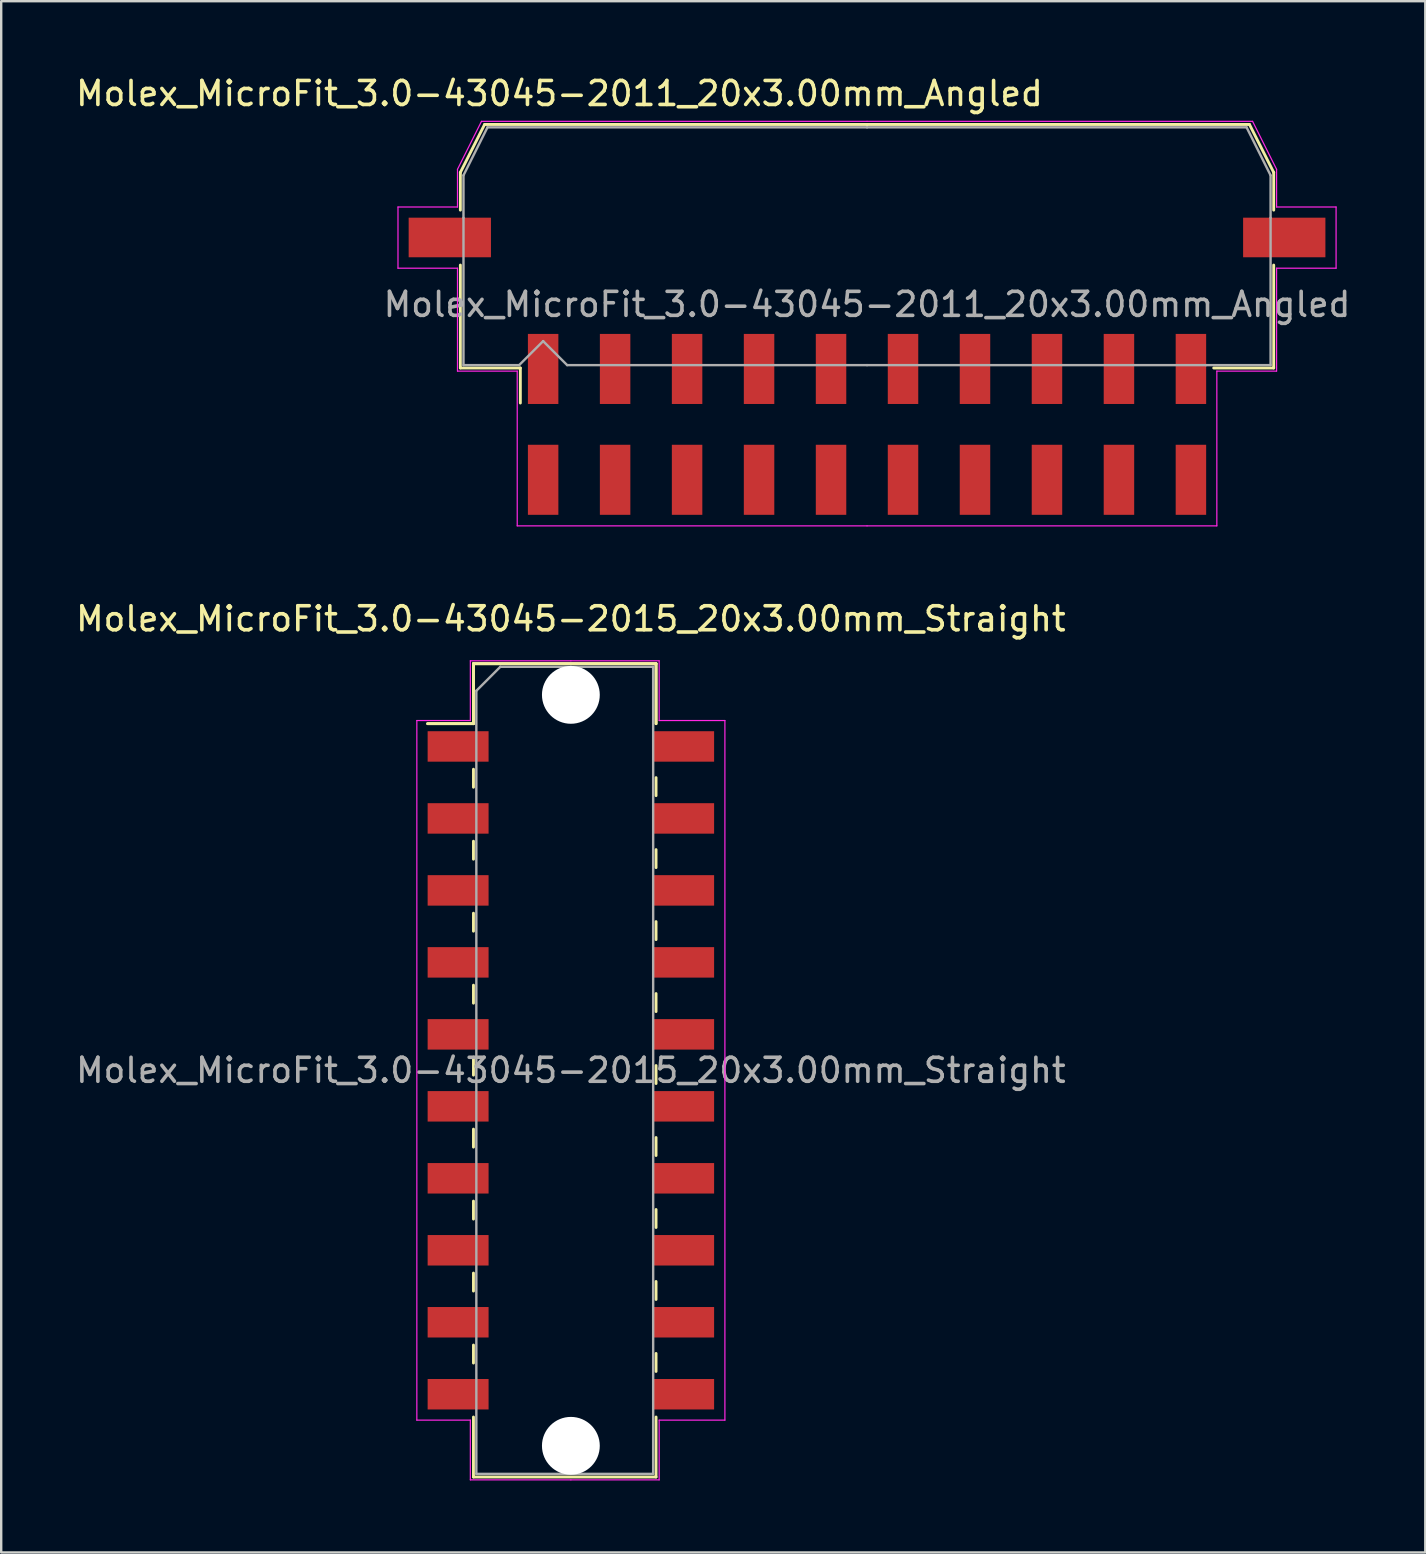
<source format=kicad_pcb>
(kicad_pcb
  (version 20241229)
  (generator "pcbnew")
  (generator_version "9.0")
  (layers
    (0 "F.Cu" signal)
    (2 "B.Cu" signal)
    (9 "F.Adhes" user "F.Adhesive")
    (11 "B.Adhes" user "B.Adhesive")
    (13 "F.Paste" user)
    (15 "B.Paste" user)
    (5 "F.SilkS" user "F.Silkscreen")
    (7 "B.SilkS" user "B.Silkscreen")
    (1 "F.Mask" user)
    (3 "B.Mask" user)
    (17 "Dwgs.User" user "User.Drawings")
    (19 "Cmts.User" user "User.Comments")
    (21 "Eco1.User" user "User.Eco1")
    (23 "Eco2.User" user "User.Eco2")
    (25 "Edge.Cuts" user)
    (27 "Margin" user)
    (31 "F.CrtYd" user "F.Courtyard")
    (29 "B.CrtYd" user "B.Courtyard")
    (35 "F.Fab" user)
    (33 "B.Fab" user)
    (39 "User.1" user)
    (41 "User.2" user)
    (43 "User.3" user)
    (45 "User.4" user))
  (footprint "Molex_MicroFit_3.0-43045-2011_20x3.00mm_Angled"
    (layer "F.Cu")
    (at 33.088 14.638)
    (property "Reference" "Molex_MicroFit_3.0-43045-2011_20x3.00mm_Angled" (at -12.82 -13.79 0) (layer "F.SilkS") (effects (font (size 1 1) (thickness 0.15))))
    (attr smd)
    (fp_line (start -16.95 -10.5) (end -16.95 -8.93) (stroke (width 0.12) (type solid)) (layer "F.SilkS"))
    (fp_line (start -16.95 -6.64) (end -16.95 -2.35) (stroke (width 0.12) (type solid)) (layer "F.SilkS"))
    (fp_line (start -16.95 -2.35) (end -14.45 -2.35) (stroke (width 0.12) (type solid)) (layer "F.SilkS"))
    (fp_line (start -15.94 -12.5) (end -16.95 -10.5) (stroke (width 0.12) (type solid)) (layer "F.SilkS"))
    (fp_line (start -14.45 -2.35) (end -14.45 -0.89) (stroke (width 0.12) (type solid)) (layer "F.SilkS"))
    (fp_line (start 0 -12.5) (end -15.94 -12.5) (stroke (width 0.12) (type solid)) (layer "F.SilkS"))
    (fp_line (start 0 -12.5) (end 15.94 -12.5) (stroke (width 0.12) (type solid)) (layer "F.SilkS"))
    (fp_line (start 15.94 -12.5) (end 16.95 -10.5) (stroke (width 0.12) (type solid)) (layer "F.SilkS"))
    (fp_line (start 16.95 -10.5) (end 16.95 -8.93) (stroke (width 0.12) (type solid)) (layer "F.SilkS"))
    (fp_line (start 16.95 -6.64) (end 16.95 -2.35) (stroke (width 0.12) (type solid)) (layer "F.SilkS"))
    (fp_line (start 16.95 -2.35) (end 14.45 -2.35) (stroke (width 0.12) (type solid)) (layer "F.SilkS"))
    (fp_line (start -19.55 -9.06) (end -19.55 -6.51) (stroke (width 0.05) (type solid)) (layer "F.CrtYd"))
    (fp_line (start -19.55 -6.51) (end -17.07 -6.51) (stroke (width 0.05) (type solid)) (layer "F.CrtYd"))
    (fp_line (start -17.07 -10.63) (end -17.07 -9.06) (stroke (width 0.05) (type solid)) (layer "F.CrtYd"))
    (fp_line (start -17.07 -9.06) (end -19.55 -9.06) (stroke (width 0.05) (type solid)) (layer "F.CrtYd"))
    (fp_line (start -17.07 -6.51) (end -17.07 -2.22) (stroke (width 0.05) (type solid)) (layer "F.CrtYd"))
    (fp_line (start -17.07 -2.22) (end -14.58 -2.22) (stroke (width 0.05) (type solid)) (layer "F.CrtYd"))
    (fp_line (start -16.07 -12.63) (end -17.07 -10.63) (stroke (width 0.05) (type solid)) (layer "F.CrtYd"))
    (fp_line (start -14.58 -2.22) (end -14.58 4.23) (stroke (width 0.05) (type solid)) (layer "F.CrtYd"))
    (fp_line (start -14.58 4.23) (end 0 4.23) (stroke (width 0.05) (type solid)) (layer "F.CrtYd"))
    (fp_line (start 0 -12.63) (end -16.07 -12.63) (stroke (width 0.05) (type solid)) (layer "F.CrtYd"))
    (fp_line (start 0 -12.63) (end 16.07 -12.63) (stroke (width 0.05) (type solid)) (layer "F.CrtYd"))
    (fp_line (start 14.58 -2.22) (end 14.58 4.23) (stroke (width 0.05) (type solid)) (layer "F.CrtYd"))
    (fp_line (start 14.58 4.23) (end 0 4.23) (stroke (width 0.05) (type solid)) (layer "F.CrtYd"))
    (fp_line (start 16.07 -12.63) (end 17.07 -10.63) (stroke (width 0.05) (type solid)) (layer "F.CrtYd"))
    (fp_line (start 17.07 -10.63) (end 17.07 -9.06) (stroke (width 0.05) (type solid)) (layer "F.CrtYd"))
    (fp_line (start 17.07 -9.06) (end 19.55 -9.06) (stroke (width 0.05) (type solid)) (layer "F.CrtYd"))
    (fp_line (start 17.07 -6.51) (end 17.07 -2.22) (stroke (width 0.05) (type solid)) (layer "F.CrtYd"))
    (fp_line (start 17.07 -2.22) (end 14.58 -2.22) (stroke (width 0.05) (type solid)) (layer "F.CrtYd"))
    (fp_line (start 19.55 -9.06) (end 19.55 -6.51) (stroke (width 0.05) (type solid)) (layer "F.CrtYd"))
    (fp_line (start 19.55 -6.51) (end 17.07 -6.51) (stroke (width 0.05) (type solid)) (layer "F.CrtYd"))
    (fp_line (start -16.82 -10.38) (end -16.82 -8.61) (stroke (width 0.1) (type solid)) (layer "F.Fab"))
    (fp_line (start -16.82 -8.61) (end -16.82 -2.47) (stroke (width 0.1) (type solid)) (layer "F.Fab"))
    (fp_line (start -16.82 -2.47) (end -14.5 -2.47) (stroke (width 0.1) (type solid)) (layer "F.Fab"))
    (fp_line (start -15.82 -12.38) (end -16.82 -10.38) (stroke (width 0.1) (type solid)) (layer "F.Fab"))
    (fp_line (start -14.5 -2.47) (end -13.5 -3.47) (stroke (width 0.1) (type solid)) (layer "F.Fab"))
    (fp_line (start -13.5 -3.47) (end -12.5 -2.47) (stroke (width 0.1) (type solid)) (layer "F.Fab"))
    (fp_line (start -12.5 -2.47) (end 0 -2.47) (stroke (width 0.1) (type solid)) (layer "F.Fab"))
    (fp_line (start 0 -12.38) (end -15.82 -12.38) (stroke (width 0.1) (type solid)) (layer "F.Fab"))
    (fp_line (start 0 -12.38) (end 15.82 -12.38) (stroke (width 0.1) (type solid)) (layer "F.Fab"))
    (fp_line (start 14.13 -2.47) (end 0 -2.47) (stroke (width 0.1) (type solid)) (layer "F.Fab"))
    (fp_line (start 15.82 -12.38) (end 16.82 -10.38) (stroke (width 0.1) (type solid)) (layer "F.Fab"))
    (fp_line (start 16.82 -10.38) (end 16.82 -8.61) (stroke (width 0.1) (type solid)) (layer "F.Fab"))
    (fp_line (start 16.82 -8.61) (end 16.82 -2.47) (stroke (width 0.1) (type solid)) (layer "F.Fab"))
    (fp_line (start 16.82 -2.47) (end 14.13 -2.47) (stroke (width 0.1) (type solid)) (layer "F.Fab"))
    (fp_text user "${REFERENCE}" (at 0 -5 0) (layer "F.Fab") (effects (font (size 1 1) (thickness 0.15))))
    (pad "" smd rect (at -17.39 -7.79) (size 3.43 1.65) (layers "F.Cu" "F.Mask" "F.Paste"))
    (pad "" smd rect (at 17.39 -7.79) (size 3.43 1.65) (layers "F.Cu" "F.Mask" "F.Paste"))
    (pad "1" smd rect (at -13.5 -2.31) (size 1.27 2.92) (layers "F.Cu" "F.Mask" "F.Paste"))
    (pad "2" smd rect (at -10.5 -2.31) (size 1.27 2.92) (layers "F.Cu" "F.Mask" "F.Paste"))
    (pad "3" smd rect (at -7.5 -2.31) (size 1.27 2.92) (layers "F.Cu" "F.Mask" "F.Paste"))
    (pad "4" smd rect (at -4.5 -2.31) (size 1.27 2.92) (layers "F.Cu" "F.Mask" "F.Paste"))
    (pad "5" smd rect (at -1.5 -2.31) (size 1.27 2.92) (layers "F.Cu" "F.Mask" "F.Paste"))
    (pad "6" smd rect (at 1.5 -2.31) (size 1.27 2.92) (layers "F.Cu" "F.Mask" "F.Paste"))
    (pad "7" smd rect (at 4.5 -2.31) (size 1.27 2.92) (layers "F.Cu" "F.Mask" "F.Paste"))
    (pad "8" smd rect (at 7.5 -2.31) (size 1.27 2.92) (layers "F.Cu" "F.Mask" "F.Paste"))
    (pad "9" smd rect (at 10.5 -2.31) (size 1.27 2.92) (layers "F.Cu" "F.Mask" "F.Paste"))
    (pad "10" smd rect (at 13.5 -2.31) (size 1.27 2.92) (layers "F.Cu" "F.Mask" "F.Paste"))
    (pad "11" smd rect (at 13.5 2.31) (size 1.27 2.92) (layers "F.Cu" "F.Mask" "F.Paste"))
    (pad "12" smd rect (at 10.5 2.31) (size 1.27 2.92) (layers "F.Cu" "F.Mask" "F.Paste"))
    (pad "13" smd rect (at 7.5 2.31) (size 1.27 2.92) (layers "F.Cu" "F.Mask" "F.Paste"))
    (pad "14" smd rect (at 4.5 2.31) (size 1.27 2.92) (layers "F.Cu" "F.Mask" "F.Paste"))
    (pad "15" smd rect (at 1.5 2.31) (size 1.27 2.92) (layers "F.Cu" "F.Mask" "F.Paste"))
    (pad "16" smd rect (at -1.5 2.31) (size 1.27 2.92) (layers "F.Cu" "F.Mask" "F.Paste"))
    (pad "17" smd rect (at -4.5 2.31) (size 1.27 2.92) (layers "F.Cu" "F.Mask" "F.Paste"))
    (pad "18" smd rect (at -7.5 2.31) (size 1.27 2.92) (layers "F.Cu" "F.Mask" "F.Paste"))
    (pad "19" smd rect (at -10.5 2.31) (size 1.27 2.92) (layers "F.Cu" "F.Mask" "F.Paste"))
    (pad "20" smd rect (at -13.5 2.31) (size 1.27 2.92) (layers "F.Cu" "F.Mask" "F.Paste")))
  (footprint "Molex_MicroFit_3.0-43045-2015_20x3.00mm_Straight"
    (layer "F.Cu")
    (at 20.744 41.562)
    (property "Reference" "Molex_MicroFit_3.0-43045-2015_20x3.00mm_Straight" (at 0 -18.82 0) (layer "F.SilkS") (effects (font (size 1 1) (thickness 0.15))))
    (attr smd)
    (fp_line (start -5.97 -14.45) (end -4.06 -14.45) (stroke (width 0.12) (type solid)) (layer "F.SilkS"))
    (fp_line (start -5.97 -14.45) (end -4.06 -14.45) (stroke (width 0.12) (type solid)) (layer "F.SilkS"))
    (fp_line (start -4.06 -16.95) (end 3.55 -16.95) (stroke (width 0.12) (type solid)) (layer "F.SilkS"))
    (fp_line (start -4.06 -16.95) (end 3.55 -16.95) (stroke (width 0.12) (type solid)) (layer "F.SilkS"))
    (fp_line (start -4.06 -14.45) (end -4.06 -16.95) (stroke (width 0.12) (type solid)) (layer "F.SilkS"))
    (fp_line (start -4.06 -14.45) (end -4.06 -16.95) (stroke (width 0.12) (type solid)) (layer "F.SilkS"))
    (fp_line (start -4.06 -12.55) (end -4.06 -11.8) (stroke (width 0.12) (type solid)) (layer "F.SilkS"))
    (fp_line (start -4.06 -9.55) (end -4.06 -8.8) (stroke (width 0.12) (type solid)) (layer "F.SilkS"))
    (fp_line (start -4.06 -6.55) (end -4.06 -5.8) (stroke (width 0.12) (type solid)) (layer "F.SilkS"))
    (fp_line (start -4.06 -3.55) (end -4.06 -2.8) (stroke (width 0.12) (type solid)) (layer "F.SilkS"))
    (fp_line (start -4.06 -0.55) (end -4.06 0.2) (stroke (width 0.12) (type solid)) (layer "F.SilkS"))
    (fp_line (start -4.06 2.45) (end -4.06 3.2) (stroke (width 0.12) (type solid)) (layer "F.SilkS"))
    (fp_line (start -4.06 5.45) (end -4.06 6.2) (stroke (width 0.12) (type solid)) (layer "F.SilkS"))
    (fp_line (start -4.06 8.45) (end -4.06 9.2) (stroke (width 0.12) (type solid)) (layer "F.SilkS"))
    (fp_line (start -4.06 11.45) (end -4.06 12.2) (stroke (width 0.12) (type solid)) (layer "F.SilkS"))
    (fp_line (start -4.06 16.95) (end -4.06 14.45) (stroke (width 0.12) (type solid)) (layer "F.SilkS"))
    (fp_line (start 3.55 -16.95) (end 3.55 -14.45) (stroke (width 0.12) (type solid)) (layer "F.SilkS"))
    (fp_line (start 3.55 -16.95) (end 3.55 -14.45) (stroke (width 0.12) (type solid)) (layer "F.SilkS"))
    (fp_line (start 3.55 -11.45) (end 3.55 -12.2) (stroke (width 0.12) (type solid)) (layer "F.SilkS"))
    (fp_line (start 3.55 -8.45) (end 3.55 -9.2) (stroke (width 0.12) (type solid)) (layer "F.SilkS"))
    (fp_line (start 3.55 -5.45) (end 3.55 -6.2) (stroke (width 0.12) (type solid)) (layer "F.SilkS"))
    (fp_line (start 3.55 -2.45) (end 3.55 -3.2) (stroke (width 0.12) (type solid)) (layer "F.SilkS"))
    (fp_line (start 3.55 0.55) (end 3.55 -0.2) (stroke (width 0.12) (type solid)) (layer "F.SilkS"))
    (fp_line (start 3.55 3.55) (end 3.55 2.8) (stroke (width 0.12) (type solid)) (layer "F.SilkS"))
    (fp_line (start 3.55 6.55) (end 3.55 5.8) (stroke (width 0.12) (type solid)) (layer "F.SilkS"))
    (fp_line (start 3.55 9.55) (end 3.55 8.8) (stroke (width 0.12) (type solid)) (layer "F.SilkS"))
    (fp_line (start 3.55 12.55) (end 3.55 11.8) (stroke (width 0.12) (type solid)) (layer "F.SilkS"))
    (fp_line (start 3.55 14.45) (end 3.55 16.95) (stroke (width 0.12) (type solid)) (layer "F.SilkS"))
    (fp_line (start 3.55 16.95) (end -4.06 16.95) (stroke (width 0.12) (type solid)) (layer "F.SilkS"))
    (fp_line (start -6.42 -14.58) (end -4.19 -14.58) (stroke (width 0.05) (type solid)) (layer "F.CrtYd"))
    (fp_line (start -6.42 14.58) (end -6.42 -14.58) (stroke (width 0.05) (type solid)) (layer "F.CrtYd"))
    (fp_line (start -4.19 -17.07) (end 0 -17.07) (stroke (width 0.05) (type solid)) (layer "F.CrtYd"))
    (fp_line (start -4.19 -14.58) (end -4.19 -17.07) (stroke (width 0.05) (type solid)) (layer "F.CrtYd"))
    (fp_line (start -4.19 14.58) (end -6.42 14.58) (stroke (width 0.05) (type solid)) (layer "F.CrtYd"))
    (fp_line (start -4.19 17.07) (end -4.19 14.58) (stroke (width 0.05) (type solid)) (layer "F.CrtYd"))
    (fp_line (start 0 -17.07) (end 3.68 -17.07) (stroke (width 0.05) (type solid)) (layer "F.CrtYd"))
    (fp_line (start 0 17.07) (end -4.19 17.07) (stroke (width 0.05) (type solid)) (layer "F.CrtYd"))
    (fp_line (start 3.68 -17.07) (end 3.68 -14.58) (stroke (width 0.05) (type solid)) (layer "F.CrtYd"))
    (fp_line (start 3.68 -14.58) (end 6.42 -14.58) (stroke (width 0.05) (type solid)) (layer "F.CrtYd"))
    (fp_line (start 3.68 14.58) (end 3.68 17.07) (stroke (width 0.05) (type solid)) (layer "F.CrtYd"))
    (fp_line (start 3.68 17.07) (end 0 17.07) (stroke (width 0.05) (type solid)) (layer "F.CrtYd"))
    (fp_line (start 6.42 -14.58) (end 6.42 14.58) (stroke (width 0.05) (type solid)) (layer "F.CrtYd"))
    (fp_line (start 6.42 14.58) (end 3.68 14.58) (stroke (width 0.05) (type solid)) (layer "F.CrtYd"))
    (fp_line (start -3.94 -15.82) (end -2.94 -16.82) (stroke (width 0.1) (type solid)) (layer "F.Fab"))
    (fp_line (start -3.94 16.82) (end -3.94 -15.82) (stroke (width 0.1) (type solid)) (layer "F.Fab"))
    (fp_line (start -2.94 -16.82) (end 0 -16.82) (stroke (width 0.1) (type solid)) (layer "F.Fab"))
    (fp_line (start 0 -16.82) (end 3.43 -16.82) (stroke (width 0.1) (type solid)) (layer "F.Fab"))
    (fp_line (start 0 16.82) (end -3.94 16.82) (stroke (width 0.1) (type solid)) (layer "F.Fab"))
    (fp_line (start 3.43 -16.82) (end 3.43 16.82) (stroke (width 0.1) (type solid)) (layer "F.Fab"))
    (fp_line (start 3.43 16.82) (end 0 16.82) (stroke (width 0.1) (type solid)) (layer "F.Fab"))
    (fp_text user "${REFERENCE}" (at 0 0 0) (layer "F.Fab") (effects (font (size 1 1) (thickness 0.15))))
    (pad "" np_thru_hole circle (at 0 -15.65) (size 2.41 2.41) (drill 2.41) (layers "*.Cu"))
    (pad "" np_thru_hole circle (at 0 15.65) (size 2.41 2.41) (drill 2.41) (layers "*.Cu"))
    (pad "1" smd rect (at -4.7 -13.5) (size 2.54 1.27) (layers "F.Cu" "F.Mask" "F.Paste"))
    (pad "2" smd rect (at -4.7 -10.5) (size 2.54 1.27) (layers "F.Cu" "F.Mask" "F.Paste"))
    (pad "3" smd rect (at -4.7 -7.5) (size 2.54 1.27) (layers "F.Cu" "F.Mask" "F.Paste"))
    (pad "4" smd rect (at -4.7 -4.5) (size 2.54 1.27) (layers "F.Cu" "F.Mask" "F.Paste"))
    (pad "5" smd rect (at -4.7 -1.5) (size 2.54 1.27) (layers "F.Cu" "F.Mask" "F.Paste"))
    (pad "6" smd rect (at -4.7 1.5) (size 2.54 1.27) (layers "F.Cu" "F.Mask" "F.Paste"))
    (pad "7" smd rect (at -4.7 4.5) (size 2.54 1.27) (layers "F.Cu" "F.Mask" "F.Paste"))
    (pad "8" smd rect (at -4.7 7.5) (size 2.54 1.27) (layers "F.Cu" "F.Mask" "F.Paste"))
    (pad "9" smd rect (at -4.7 10.5) (size 2.54 1.27) (layers "F.Cu" "F.Mask" "F.Paste"))
    (pad "10" smd rect (at -4.7 13.5) (size 2.54 1.27) (layers "F.Cu" "F.Mask" "F.Paste"))
    (pad "11" smd rect (at 4.7 13.5) (size 2.54 1.27) (layers "F.Cu" "F.Mask" "F.Paste"))
    (pad "12" smd rect (at 4.7 10.5) (size 2.54 1.27) (layers "F.Cu" "F.Mask" "F.Paste"))
    (pad "13" smd rect (at 4.7 7.5) (size 2.54 1.27) (layers "F.Cu" "F.Mask" "F.Paste"))
    (pad "14" smd rect (at 4.7 4.5) (size 2.54 1.27) (layers "F.Cu" "F.Mask" "F.Paste"))
    (pad "15" smd rect (at 4.7 1.5) (size 2.54 1.27) (layers "F.Cu" "F.Mask" "F.Paste"))
    (pad "16" smd rect (at 4.7 -1.5) (size 2.54 1.27) (layers "F.Cu" "F.Mask" "F.Paste"))
    (pad "17" smd rect (at 4.7 -4.5) (size 2.54 1.27) (layers "F.Cu" "F.Mask" "F.Paste"))
    (pad "18" smd rect (at 4.7 -7.5) (size 2.54 1.27) (layers "F.Cu" "F.Mask" "F.Paste"))
    (pad "19" smd rect (at 4.7 -10.5) (size 2.54 1.27) (layers "F.Cu" "F.Mask" "F.Paste"))
    (pad "20" smd rect (at 4.7 -13.5) (size 2.54 1.27) (layers "F.Cu" "F.Mask" "F.Paste")))
  (gr_rect
    (start -3 -3)
    (end 56.356 61.657)
    (stroke (width 0.1) (type default))
    (fill no)
    (layer "Edge.Cuts")))
</source>
